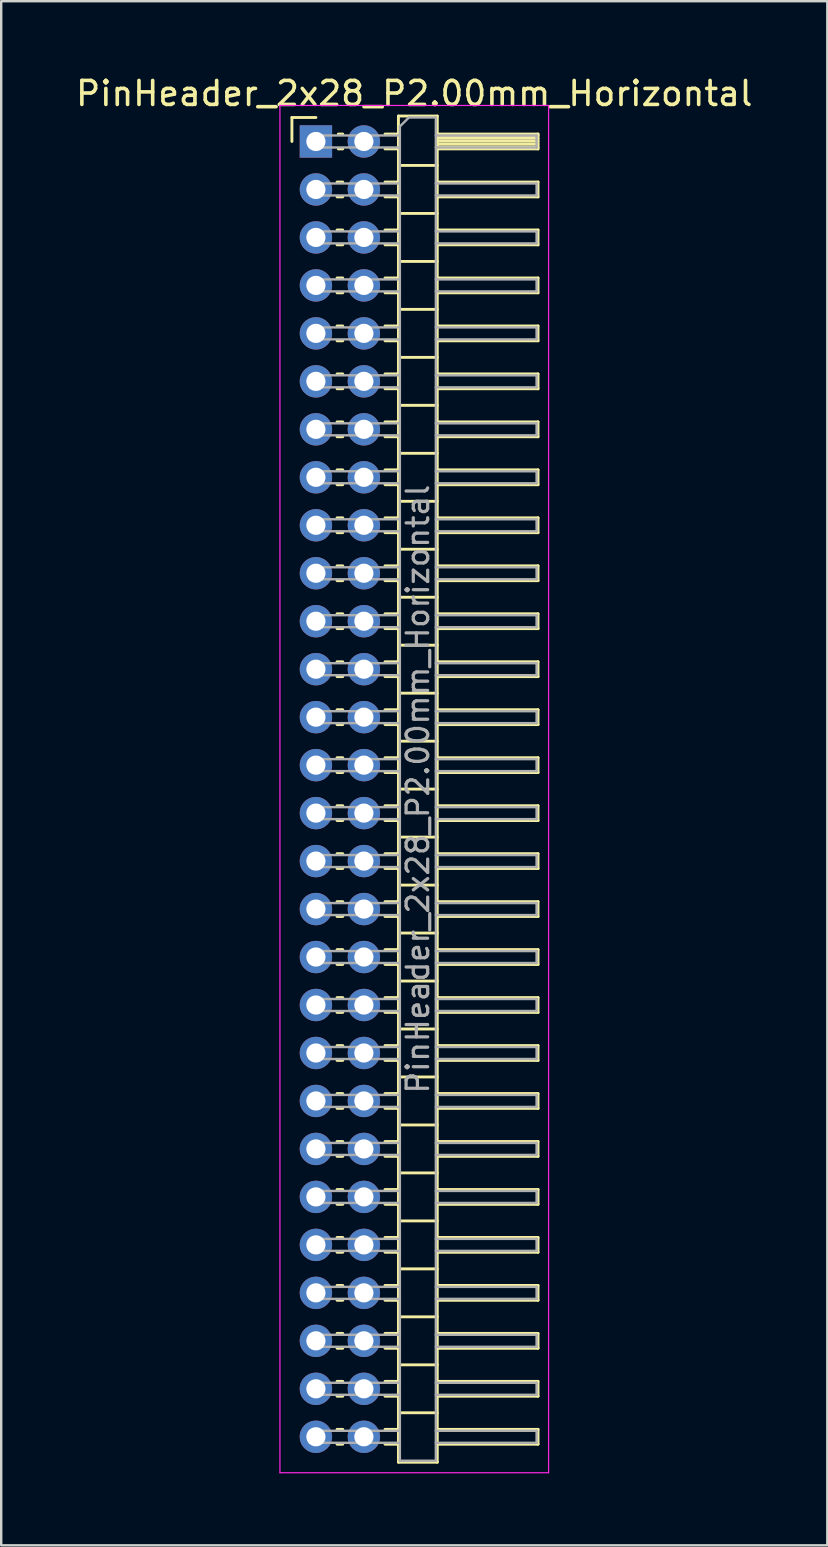
<source format=kicad_pcb>
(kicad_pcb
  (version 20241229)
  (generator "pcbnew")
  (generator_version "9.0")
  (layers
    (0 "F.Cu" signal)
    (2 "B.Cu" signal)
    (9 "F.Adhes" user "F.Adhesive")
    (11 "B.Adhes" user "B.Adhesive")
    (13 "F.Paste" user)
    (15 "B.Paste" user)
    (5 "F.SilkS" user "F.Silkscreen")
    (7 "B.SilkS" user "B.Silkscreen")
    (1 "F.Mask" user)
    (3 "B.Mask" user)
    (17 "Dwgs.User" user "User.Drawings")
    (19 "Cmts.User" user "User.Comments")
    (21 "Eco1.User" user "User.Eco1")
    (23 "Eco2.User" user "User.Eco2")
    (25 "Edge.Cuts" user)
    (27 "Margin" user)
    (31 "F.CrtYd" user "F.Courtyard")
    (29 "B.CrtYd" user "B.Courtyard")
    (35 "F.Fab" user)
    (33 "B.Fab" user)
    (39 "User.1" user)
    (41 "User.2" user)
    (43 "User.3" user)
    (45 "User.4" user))
  (footprint "PinHeader_2x28_P2.00mm_Horizontal"
    (layer "F.Cu")
    (at 10.12 2.848)
    (property "Reference" "PinHeader_2x28_P2.00mm_Horizontal" (at 4.1 -2 0) (layer "F.SilkS") (effects (font (size 1 1) (thickness 0.15))))
    (attr through_hole)
    (fp_line (start -1 -1) (end 0 -1) (stroke (width 0.12) (type solid)) (layer "F.SilkS"))
    (fp_line (start -1 0) (end -1 -1) (stroke (width 0.12) (type solid)) (layer "F.SilkS"))
    (fp_line (start 0.882 1.69) (end 1.118 1.69) (stroke (width 0.12) (type solid)) (layer "F.SilkS"))
    (fp_line (start 0.882 2.31) (end 1.118 2.31) (stroke (width 0.12) (type solid)) (layer "F.SilkS"))
    (fp_line (start 0.882 3.69) (end 1.118 3.69) (stroke (width 0.12) (type solid)) (layer "F.SilkS"))
    (fp_line (start 0.882 4.31) (end 1.118 4.31) (stroke (width 0.12) (type solid)) (layer "F.SilkS"))
    (fp_line (start 0.882 5.69) (end 1.118 5.69) (stroke (width 0.12) (type solid)) (layer "F.SilkS"))
    (fp_line (start 0.882 6.31) (end 1.118 6.31) (stroke (width 0.12) (type solid)) (layer "F.SilkS"))
    (fp_line (start 0.882 7.69) (end 1.118 7.69) (stroke (width 0.12) (type solid)) (layer "F.SilkS"))
    (fp_line (start 0.882 8.31) (end 1.118 8.31) (stroke (width 0.12) (type solid)) (layer "F.SilkS"))
    (fp_line (start 0.882 9.69) (end 1.118 9.69) (stroke (width 0.12) (type solid)) (layer "F.SilkS"))
    (fp_line (start 0.882 10.31) (end 1.118 10.31) (stroke (width 0.12) (type solid)) (layer "F.SilkS"))
    (fp_line (start 0.882 11.69) (end 1.118 11.69) (stroke (width 0.12) (type solid)) (layer "F.SilkS"))
    (fp_line (start 0.882 12.31) (end 1.118 12.31) (stroke (width 0.12) (type solid)) (layer "F.SilkS"))
    (fp_line (start 0.882 13.69) (end 1.118 13.69) (stroke (width 0.12) (type solid)) (layer "F.SilkS"))
    (fp_line (start 0.882 14.31) (end 1.118 14.31) (stroke (width 0.12) (type solid)) (layer "F.SilkS"))
    (fp_line (start 0.882 15.69) (end 1.118 15.69) (stroke (width 0.12) (type solid)) (layer "F.SilkS"))
    (fp_line (start 0.882 16.31) (end 1.118 16.31) (stroke (width 0.12) (type solid)) (layer "F.SilkS"))
    (fp_line (start 0.882 17.69) (end 1.118 17.69) (stroke (width 0.12) (type solid)) (layer "F.SilkS"))
    (fp_line (start 0.882 18.31) (end 1.118 18.31) (stroke (width 0.12) (type solid)) (layer "F.SilkS"))
    (fp_line (start 0.882 19.69) (end 1.118 19.69) (stroke (width 0.12) (type solid)) (layer "F.SilkS"))
    (fp_line (start 0.882 20.31) (end 1.118 20.31) (stroke (width 0.12) (type solid)) (layer "F.SilkS"))
    (fp_line (start 0.882 21.69) (end 1.118 21.69) (stroke (width 0.12) (type solid)) (layer "F.SilkS"))
    (fp_line (start 0.882 22.31) (end 1.118 22.31) (stroke (width 0.12) (type solid)) (layer "F.SilkS"))
    (fp_line (start 0.882 23.69) (end 1.118 23.69) (stroke (width 0.12) (type solid)) (layer "F.SilkS"))
    (fp_line (start 0.882 24.31) (end 1.118 24.31) (stroke (width 0.12) (type solid)) (layer "F.SilkS"))
    (fp_line (start 0.882 25.69) (end 1.118 25.69) (stroke (width 0.12) (type solid)) (layer "F.SilkS"))
    (fp_line (start 0.882 26.31) (end 1.118 26.31) (stroke (width 0.12) (type solid)) (layer "F.SilkS"))
    (fp_line (start 0.882 27.69) (end 1.118 27.69) (stroke (width 0.12) (type solid)) (layer "F.SilkS"))
    (fp_line (start 0.882 28.31) (end 1.118 28.31) (stroke (width 0.12) (type solid)) (layer "F.SilkS"))
    (fp_line (start 0.882 29.69) (end 1.118 29.69) (stroke (width 0.12) (type solid)) (layer "F.SilkS"))
    (fp_line (start 0.882 30.31) (end 1.118 30.31) (stroke (width 0.12) (type solid)) (layer "F.SilkS"))
    (fp_line (start 0.882 31.69) (end 1.118 31.69) (stroke (width 0.12) (type solid)) (layer "F.SilkS"))
    (fp_line (start 0.882 32.31) (end 1.118 32.31) (stroke (width 0.12) (type solid)) (layer "F.SilkS"))
    (fp_line (start 0.882 33.69) (end 1.118 33.69) (stroke (width 0.12) (type solid)) (layer "F.SilkS"))
    (fp_line (start 0.882 34.31) (end 1.118 34.31) (stroke (width 0.12) (type solid)) (layer "F.SilkS"))
    (fp_line (start 0.882 35.69) (end 1.118 35.69) (stroke (width 0.12) (type solid)) (layer "F.SilkS"))
    (fp_line (start 0.882 36.31) (end 1.118 36.31) (stroke (width 0.12) (type solid)) (layer "F.SilkS"))
    (fp_line (start 0.882 37.69) (end 1.118 37.69) (stroke (width 0.12) (type solid)) (layer "F.SilkS"))
    (fp_line (start 0.882 38.31) (end 1.118 38.31) (stroke (width 0.12) (type solid)) (layer "F.SilkS"))
    (fp_line (start 0.882 39.69) (end 1.118 39.69) (stroke (width 0.12) (type solid)) (layer "F.SilkS"))
    (fp_line (start 0.882 40.31) (end 1.118 40.31) (stroke (width 0.12) (type solid)) (layer "F.SilkS"))
    (fp_line (start 0.882 41.69) (end 1.118 41.69) (stroke (width 0.12) (type solid)) (layer "F.SilkS"))
    (fp_line (start 0.882 42.31) (end 1.118 42.31) (stroke (width 0.12) (type solid)) (layer "F.SilkS"))
    (fp_line (start 0.882 43.69) (end 1.118 43.69) (stroke (width 0.12) (type solid)) (layer "F.SilkS"))
    (fp_line (start 0.882 44.31) (end 1.118 44.31) (stroke (width 0.12) (type solid)) (layer "F.SilkS"))
    (fp_line (start 0.882 45.69) (end 1.118 45.69) (stroke (width 0.12) (type solid)) (layer "F.SilkS"))
    (fp_line (start 0.882 46.31) (end 1.118 46.31) (stroke (width 0.12) (type solid)) (layer "F.SilkS"))
    (fp_line (start 0.882 47.69) (end 1.118 47.69) (stroke (width 0.12) (type solid)) (layer "F.SilkS"))
    (fp_line (start 0.882 48.31) (end 1.118 48.31) (stroke (width 0.12) (type solid)) (layer "F.SilkS"))
    (fp_line (start 0.882 49.69) (end 1.118 49.69) (stroke (width 0.12) (type solid)) (layer "F.SilkS"))
    (fp_line (start 0.882 50.31) (end 1.118 50.31) (stroke (width 0.12) (type solid)) (layer "F.SilkS"))
    (fp_line (start 0.882 51.69) (end 1.118 51.69) (stroke (width 0.12) (type solid)) (layer "F.SilkS"))
    (fp_line (start 0.882 52.31) (end 1.118 52.31) (stroke (width 0.12) (type solid)) (layer "F.SilkS"))
    (fp_line (start 0.882 53.69) (end 1.118 53.69) (stroke (width 0.12) (type solid)) (layer "F.SilkS"))
    (fp_line (start 0.882 54.31) (end 1.118 54.31) (stroke (width 0.12) (type solid)) (layer "F.SilkS"))
    (fp_line (start 0.935 -0.31) (end 1.118 -0.31) (stroke (width 0.12) (type solid)) (layer "F.SilkS"))
    (fp_line (start 0.935 0.31) (end 1.118 0.31) (stroke (width 0.12) (type solid)) (layer "F.SilkS"))
    (fp_line (start 2.882 -0.31) (end 3.44 -0.31) (stroke (width 0.12) (type solid)) (layer "F.SilkS"))
    (fp_line (start 2.882 0.31) (end 3.44 0.31) (stroke (width 0.12) (type solid)) (layer "F.SilkS"))
    (fp_line (start 2.882 1.69) (end 3.44 1.69) (stroke (width 0.12) (type solid)) (layer "F.SilkS"))
    (fp_line (start 2.882 2.31) (end 3.44 2.31) (stroke (width 0.12) (type solid)) (layer "F.SilkS"))
    (fp_line (start 2.882 3.69) (end 3.44 3.69) (stroke (width 0.12) (type solid)) (layer "F.SilkS"))
    (fp_line (start 2.882 4.31) (end 3.44 4.31) (stroke (width 0.12) (type solid)) (layer "F.SilkS"))
    (fp_line (start 2.882 5.69) (end 3.44 5.69) (stroke (width 0.12) (type solid)) (layer "F.SilkS"))
    (fp_line (start 2.882 6.31) (end 3.44 6.31) (stroke (width 0.12) (type solid)) (layer "F.SilkS"))
    (fp_line (start 2.882 7.69) (end 3.44 7.69) (stroke (width 0.12) (type solid)) (layer "F.SilkS"))
    (fp_line (start 2.882 8.31) (end 3.44 8.31) (stroke (width 0.12) (type solid)) (layer "F.SilkS"))
    (fp_line (start 2.882 9.69) (end 3.44 9.69) (stroke (width 0.12) (type solid)) (layer "F.SilkS"))
    (fp_line (start 2.882 10.31) (end 3.44 10.31) (stroke (width 0.12) (type solid)) (layer "F.SilkS"))
    (fp_line (start 2.882 11.69) (end 3.44 11.69) (stroke (width 0.12) (type solid)) (layer "F.SilkS"))
    (fp_line (start 2.882 12.31) (end 3.44 12.31) (stroke (width 0.12) (type solid)) (layer "F.SilkS"))
    (fp_line (start 2.882 13.69) (end 3.44 13.69) (stroke (width 0.12) (type solid)) (layer "F.SilkS"))
    (fp_line (start 2.882 14.31) (end 3.44 14.31) (stroke (width 0.12) (type solid)) (layer "F.SilkS"))
    (fp_line (start 2.882 15.69) (end 3.44 15.69) (stroke (width 0.12) (type solid)) (layer "F.SilkS"))
    (fp_line (start 2.882 16.31) (end 3.44 16.31) (stroke (width 0.12) (type solid)) (layer "F.SilkS"))
    (fp_line (start 2.882 17.69) (end 3.44 17.69) (stroke (width 0.12) (type solid)) (layer "F.SilkS"))
    (fp_line (start 2.882 18.31) (end 3.44 18.31) (stroke (width 0.12) (type solid)) (layer "F.SilkS"))
    (fp_line (start 2.882 19.69) (end 3.44 19.69) (stroke (width 0.12) (type solid)) (layer "F.SilkS"))
    (fp_line (start 2.882 20.31) (end 3.44 20.31) (stroke (width 0.12) (type solid)) (layer "F.SilkS"))
    (fp_line (start 2.882 21.69) (end 3.44 21.69) (stroke (width 0.12) (type solid)) (layer "F.SilkS"))
    (fp_line (start 2.882 22.31) (end 3.44 22.31) (stroke (width 0.12) (type solid)) (layer "F.SilkS"))
    (fp_line (start 2.882 23.69) (end 3.44 23.69) (stroke (width 0.12) (type solid)) (layer "F.SilkS"))
    (fp_line (start 2.882 24.31) (end 3.44 24.31) (stroke (width 0.12) (type solid)) (layer "F.SilkS"))
    (fp_line (start 2.882 25.69) (end 3.44 25.69) (stroke (width 0.12) (type solid)) (layer "F.SilkS"))
    (fp_line (start 2.882 26.31) (end 3.44 26.31) (stroke (width 0.12) (type solid)) (layer "F.SilkS"))
    (fp_line (start 2.882 27.69) (end 3.44 27.69) (stroke (width 0.12) (type solid)) (layer "F.SilkS"))
    (fp_line (start 2.882 28.31) (end 3.44 28.31) (stroke (width 0.12) (type solid)) (layer "F.SilkS"))
    (fp_line (start 2.882 29.69) (end 3.44 29.69) (stroke (width 0.12) (type solid)) (layer "F.SilkS"))
    (fp_line (start 2.882 30.31) (end 3.44 30.31) (stroke (width 0.12) (type solid)) (layer "F.SilkS"))
    (fp_line (start 2.882 31.69) (end 3.44 31.69) (stroke (width 0.12) (type solid)) (layer "F.SilkS"))
    (fp_line (start 2.882 32.31) (end 3.44 32.31) (stroke (width 0.12) (type solid)) (layer "F.SilkS"))
    (fp_line (start 2.882 33.69) (end 3.44 33.69) (stroke (width 0.12) (type solid)) (layer "F.SilkS"))
    (fp_line (start 2.882 34.31) (end 3.44 34.31) (stroke (width 0.12) (type solid)) (layer "F.SilkS"))
    (fp_line (start 2.882 35.69) (end 3.44 35.69) (stroke (width 0.12) (type solid)) (layer "F.SilkS"))
    (fp_line (start 2.882 36.31) (end 3.44 36.31) (stroke (width 0.12) (type solid)) (layer "F.SilkS"))
    (fp_line (start 2.882 37.69) (end 3.44 37.69) (stroke (width 0.12) (type solid)) (layer "F.SilkS"))
    (fp_line (start 2.882 38.31) (end 3.44 38.31) (stroke (width 0.12) (type solid)) (layer "F.SilkS"))
    (fp_line (start 2.882 39.69) (end 3.44 39.69) (stroke (width 0.12) (type solid)) (layer "F.SilkS"))
    (fp_line (start 2.882 40.31) (end 3.44 40.31) (stroke (width 0.12) (type solid)) (layer "F.SilkS"))
    (fp_line (start 2.882 41.69) (end 3.44 41.69) (stroke (width 0.12) (type solid)) (layer "F.SilkS"))
    (fp_line (start 2.882 42.31) (end 3.44 42.31) (stroke (width 0.12) (type solid)) (layer "F.SilkS"))
    (fp_line (start 2.882 43.69) (end 3.44 43.69) (stroke (width 0.12) (type solid)) (layer "F.SilkS"))
    (fp_line (start 2.882 44.31) (end 3.44 44.31) (stroke (width 0.12) (type solid)) (layer "F.SilkS"))
    (fp_line (start 2.882 45.69) (end 3.44 45.69) (stroke (width 0.12) (type solid)) (layer "F.SilkS"))
    (fp_line (start 2.882 46.31) (end 3.44 46.31) (stroke (width 0.12) (type solid)) (layer "F.SilkS"))
    (fp_line (start 2.882 47.69) (end 3.44 47.69) (stroke (width 0.12) (type solid)) (layer "F.SilkS"))
    (fp_line (start 2.882 48.31) (end 3.44 48.31) (stroke (width 0.12) (type solid)) (layer "F.SilkS"))
    (fp_line (start 2.882 49.69) (end 3.44 49.69) (stroke (width 0.12) (type solid)) (layer "F.SilkS"))
    (fp_line (start 2.882 50.31) (end 3.44 50.31) (stroke (width 0.12) (type solid)) (layer "F.SilkS"))
    (fp_line (start 2.882 51.69) (end 3.44 51.69) (stroke (width 0.12) (type solid)) (layer "F.SilkS"))
    (fp_line (start 2.882 52.31) (end 3.44 52.31) (stroke (width 0.12) (type solid)) (layer "F.SilkS"))
    (fp_line (start 2.882 53.69) (end 3.44 53.69) (stroke (width 0.12) (type solid)) (layer "F.SilkS"))
    (fp_line (start 2.882 54.31) (end 3.44 54.31) (stroke (width 0.12) (type solid)) (layer "F.SilkS"))
    (fp_line (start 3.44 -1.06) (end 3.44 55.06) (stroke (width 0.12) (type solid)) (layer "F.SilkS"))
    (fp_line (start 3.44 1) (end 5.06 1) (stroke (width 0.12) (type solid)) (layer "F.SilkS"))
    (fp_line (start 3.44 3) (end 5.06 3) (stroke (width 0.12) (type solid)) (layer "F.SilkS"))
    (fp_line (start 3.44 5) (end 5.06 5) (stroke (width 0.12) (type solid)) (layer "F.SilkS"))
    (fp_line (start 3.44 7) (end 5.06 7) (stroke (width 0.12) (type solid)) (layer "F.SilkS"))
    (fp_line (start 3.44 9) (end 5.06 9) (stroke (width 0.12) (type solid)) (layer "F.SilkS"))
    (fp_line (start 3.44 11) (end 5.06 11) (stroke (width 0.12) (type solid)) (layer "F.SilkS"))
    (fp_line (start 3.44 13) (end 5.06 13) (stroke (width 0.12) (type solid)) (layer "F.SilkS"))
    (fp_line (start 3.44 15) (end 5.06 15) (stroke (width 0.12) (type solid)) (layer "F.SilkS"))
    (fp_line (start 3.44 17) (end 5.06 17) (stroke (width 0.12) (type solid)) (layer "F.SilkS"))
    (fp_line (start 3.44 19) (end 5.06 19) (stroke (width 0.12) (type solid)) (layer "F.SilkS"))
    (fp_line (start 3.44 21) (end 5.06 21) (stroke (width 0.12) (type solid)) (layer "F.SilkS"))
    (fp_line (start 3.44 23) (end 5.06 23) (stroke (width 0.12) (type solid)) (layer "F.SilkS"))
    (fp_line (start 3.44 25) (end 5.06 25) (stroke (width 0.12) (type solid)) (layer "F.SilkS"))
    (fp_line (start 3.44 27) (end 5.06 27) (stroke (width 0.12) (type solid)) (layer "F.SilkS"))
    (fp_line (start 3.44 29) (end 5.06 29) (stroke (width 0.12) (type solid)) (layer "F.SilkS"))
    (fp_line (start 3.44 31) (end 5.06 31) (stroke (width 0.12) (type solid)) (layer "F.SilkS"))
    (fp_line (start 3.44 33) (end 5.06 33) (stroke (width 0.12) (type solid)) (layer "F.SilkS"))
    (fp_line (start 3.44 35) (end 5.06 35) (stroke (width 0.12) (type solid)) (layer "F.SilkS"))
    (fp_line (start 3.44 37) (end 5.06 37) (stroke (width 0.12) (type solid)) (layer "F.SilkS"))
    (fp_line (start 3.44 39) (end 5.06 39) (stroke (width 0.12) (type solid)) (layer "F.SilkS"))
    (fp_line (start 3.44 41) (end 5.06 41) (stroke (width 0.12) (type solid)) (layer "F.SilkS"))
    (fp_line (start 3.44 43) (end 5.06 43) (stroke (width 0.12) (type solid)) (layer "F.SilkS"))
    (fp_line (start 3.44 45) (end 5.06 45) (stroke (width 0.12) (type solid)) (layer "F.SilkS"))
    (fp_line (start 3.44 47) (end 5.06 47) (stroke (width 0.12) (type solid)) (layer "F.SilkS"))
    (fp_line (start 3.44 49) (end 5.06 49) (stroke (width 0.12) (type solid)) (layer "F.SilkS"))
    (fp_line (start 3.44 51) (end 5.06 51) (stroke (width 0.12) (type solid)) (layer "F.SilkS"))
    (fp_line (start 3.44 53) (end 5.06 53) (stroke (width 0.12) (type solid)) (layer "F.SilkS"))
    (fp_line (start 3.44 55.06) (end 5.06 55.06) (stroke (width 0.12) (type solid)) (layer "F.SilkS"))
    (fp_line (start 5.06 -1.06) (end 3.44 -1.06) (stroke (width 0.12) (type solid)) (layer "F.SilkS"))
    (fp_line (start 5.06 -0.31) (end 9.26 -0.31) (stroke (width 0.12) (type solid)) (layer "F.SilkS"))
    (fp_line (start 5.06 -0.25) (end 9.26 -0.25) (stroke (width 0.12) (type solid)) (layer "F.SilkS"))
    (fp_line (start 5.06 -0.13) (end 9.26 -0.13) (stroke (width 0.12) (type solid)) (layer "F.SilkS"))
    (fp_line (start 5.06 -0.01) (end 9.26 -0.01) (stroke (width 0.12) (type solid)) (layer "F.SilkS"))
    (fp_line (start 5.06 0.11) (end 9.26 0.11) (stroke (width 0.12) (type solid)) (layer "F.SilkS"))
    (fp_line (start 5.06 0.23) (end 9.26 0.23) (stroke (width 0.12) (type solid)) (layer "F.SilkS"))
    (fp_line (start 5.06 1.69) (end 9.26 1.69) (stroke (width 0.12) (type solid)) (layer "F.SilkS"))
    (fp_line (start 5.06 3.69) (end 9.26 3.69) (stroke (width 0.12) (type solid)) (layer "F.SilkS"))
    (fp_line (start 5.06 5.69) (end 9.26 5.69) (stroke (width 0.12) (type solid)) (layer "F.SilkS"))
    (fp_line (start 5.06 7.69) (end 9.26 7.69) (stroke (width 0.12) (type solid)) (layer "F.SilkS"))
    (fp_line (start 5.06 9.69) (end 9.26 9.69) (stroke (width 0.12) (type solid)) (layer "F.SilkS"))
    (fp_line (start 5.06 11.69) (end 9.26 11.69) (stroke (width 0.12) (type solid)) (layer "F.SilkS"))
    (fp_line (start 5.06 13.69) (end 9.26 13.69) (stroke (width 0.12) (type solid)) (layer "F.SilkS"))
    (fp_line (start 5.06 15.69) (end 9.26 15.69) (stroke (width 0.12) (type solid)) (layer "F.SilkS"))
    (fp_line (start 5.06 17.69) (end 9.26 17.69) (stroke (width 0.12) (type solid)) (layer "F.SilkS"))
    (fp_line (start 5.06 19.69) (end 9.26 19.69) (stroke (width 0.12) (type solid)) (layer "F.SilkS"))
    (fp_line (start 5.06 21.69) (end 9.26 21.69) (stroke (width 0.12) (type solid)) (layer "F.SilkS"))
    (fp_line (start 5.06 23.69) (end 9.26 23.69) (stroke (width 0.12) (type solid)) (layer "F.SilkS"))
    (fp_line (start 5.06 25.69) (end 9.26 25.69) (stroke (width 0.12) (type solid)) (layer "F.SilkS"))
    (fp_line (start 5.06 27.69) (end 9.26 27.69) (stroke (width 0.12) (type solid)) (layer "F.SilkS"))
    (fp_line (start 5.06 29.69) (end 9.26 29.69) (stroke (width 0.12) (type solid)) (layer "F.SilkS"))
    (fp_line (start 5.06 31.69) (end 9.26 31.69) (stroke (width 0.12) (type solid)) (layer "F.SilkS"))
    (fp_line (start 5.06 33.69) (end 9.26 33.69) (stroke (width 0.12) (type solid)) (layer "F.SilkS"))
    (fp_line (start 5.06 35.69) (end 9.26 35.69) (stroke (width 0.12) (type solid)) (layer "F.SilkS"))
    (fp_line (start 5.06 37.69) (end 9.26 37.69) (stroke (width 0.12) (type solid)) (layer "F.SilkS"))
    (fp_line (start 5.06 39.69) (end 9.26 39.69) (stroke (width 0.12) (type solid)) (layer "F.SilkS"))
    (fp_line (start 5.06 41.69) (end 9.26 41.69) (stroke (width 0.12) (type solid)) (layer "F.SilkS"))
    (fp_line (start 5.06 43.69) (end 9.26 43.69) (stroke (width 0.12) (type solid)) (layer "F.SilkS"))
    (fp_line (start 5.06 45.69) (end 9.26 45.69) (stroke (width 0.12) (type solid)) (layer "F.SilkS"))
    (fp_line (start 5.06 47.69) (end 9.26 47.69) (stroke (width 0.12) (type solid)) (layer "F.SilkS"))
    (fp_line (start 5.06 49.69) (end 9.26 49.69) (stroke (width 0.12) (type solid)) (layer "F.SilkS"))
    (fp_line (start 5.06 51.69) (end 9.26 51.69) (stroke (width 0.12) (type solid)) (layer "F.SilkS"))
    (fp_line (start 5.06 53.69) (end 9.26 53.69) (stroke (width 0.12) (type solid)) (layer "F.SilkS"))
    (fp_line (start 5.06 55.06) (end 5.06 -1.06) (stroke (width 0.12) (type solid)) (layer "F.SilkS"))
    (fp_line (start 9.26 -0.31) (end 9.26 0.31) (stroke (width 0.12) (type solid)) (layer "F.SilkS"))
    (fp_line (start 9.26 0.31) (end 5.06 0.31) (stroke (width 0.12) (type solid)) (layer "F.SilkS"))
    (fp_line (start 9.26 1.69) (end 9.26 2.31) (stroke (width 0.12) (type solid)) (layer "F.SilkS"))
    (fp_line (start 9.26 2.31) (end 5.06 2.31) (stroke (width 0.12) (type solid)) (layer "F.SilkS"))
    (fp_line (start 9.26 3.69) (end 9.26 4.31) (stroke (width 0.12) (type solid)) (layer "F.SilkS"))
    (fp_line (start 9.26 4.31) (end 5.06 4.31) (stroke (width 0.12) (type solid)) (layer "F.SilkS"))
    (fp_line (start 9.26 5.69) (end 9.26 6.31) (stroke (width 0.12) (type solid)) (layer "F.SilkS"))
    (fp_line (start 9.26 6.31) (end 5.06 6.31) (stroke (width 0.12) (type solid)) (layer "F.SilkS"))
    (fp_line (start 9.26 7.69) (end 9.26 8.31) (stroke (width 0.12) (type solid)) (layer "F.SilkS"))
    (fp_line (start 9.26 8.31) (end 5.06 8.31) (stroke (width 0.12) (type solid)) (layer "F.SilkS"))
    (fp_line (start 9.26 9.69) (end 9.26 10.31) (stroke (width 0.12) (type solid)) (layer "F.SilkS"))
    (fp_line (start 9.26 10.31) (end 5.06 10.31) (stroke (width 0.12) (type solid)) (layer "F.SilkS"))
    (fp_line (start 9.26 11.69) (end 9.26 12.31) (stroke (width 0.12) (type solid)) (layer "F.SilkS"))
    (fp_line (start 9.26 12.31) (end 5.06 12.31) (stroke (width 0.12) (type solid)) (layer "F.SilkS"))
    (fp_line (start 9.26 13.69) (end 9.26 14.31) (stroke (width 0.12) (type solid)) (layer "F.SilkS"))
    (fp_line (start 9.26 14.31) (end 5.06 14.31) (stroke (width 0.12) (type solid)) (layer "F.SilkS"))
    (fp_line (start 9.26 15.69) (end 9.26 16.31) (stroke (width 0.12) (type solid)) (layer "F.SilkS"))
    (fp_line (start 9.26 16.31) (end 5.06 16.31) (stroke (width 0.12) (type solid)) (layer "F.SilkS"))
    (fp_line (start 9.26 17.69) (end 9.26 18.31) (stroke (width 0.12) (type solid)) (layer "F.SilkS"))
    (fp_line (start 9.26 18.31) (end 5.06 18.31) (stroke (width 0.12) (type solid)) (layer "F.SilkS"))
    (fp_line (start 9.26 19.69) (end 9.26 20.31) (stroke (width 0.12) (type solid)) (layer "F.SilkS"))
    (fp_line (start 9.26 20.31) (end 5.06 20.31) (stroke (width 0.12) (type solid)) (layer "F.SilkS"))
    (fp_line (start 9.26 21.69) (end 9.26 22.31) (stroke (width 0.12) (type solid)) (layer "F.SilkS"))
    (fp_line (start 9.26 22.31) (end 5.06 22.31) (stroke (width 0.12) (type solid)) (layer "F.SilkS"))
    (fp_line (start 9.26 23.69) (end 9.26 24.31) (stroke (width 0.12) (type solid)) (layer "F.SilkS"))
    (fp_line (start 9.26 24.31) (end 5.06 24.31) (stroke (width 0.12) (type solid)) (layer "F.SilkS"))
    (fp_line (start 9.26 25.69) (end 9.26 26.31) (stroke (width 0.12) (type solid)) (layer "F.SilkS"))
    (fp_line (start 9.26 26.31) (end 5.06 26.31) (stroke (width 0.12) (type solid)) (layer "F.SilkS"))
    (fp_line (start 9.26 27.69) (end 9.26 28.31) (stroke (width 0.12) (type solid)) (layer "F.SilkS"))
    (fp_line (start 9.26 28.31) (end 5.06 28.31) (stroke (width 0.12) (type solid)) (layer "F.SilkS"))
    (fp_line (start 9.26 29.69) (end 9.26 30.31) (stroke (width 0.12) (type solid)) (layer "F.SilkS"))
    (fp_line (start 9.26 30.31) (end 5.06 30.31) (stroke (width 0.12) (type solid)) (layer "F.SilkS"))
    (fp_line (start 9.26 31.69) (end 9.26 32.31) (stroke (width 0.12) (type solid)) (layer "F.SilkS"))
    (fp_line (start 9.26 32.31) (end 5.06 32.31) (stroke (width 0.12) (type solid)) (layer "F.SilkS"))
    (fp_line (start 9.26 33.69) (end 9.26 34.31) (stroke (width 0.12) (type solid)) (layer "F.SilkS"))
    (fp_line (start 9.26 34.31) (end 5.06 34.31) (stroke (width 0.12) (type solid)) (layer "F.SilkS"))
    (fp_line (start 9.26 35.69) (end 9.26 36.31) (stroke (width 0.12) (type solid)) (layer "F.SilkS"))
    (fp_line (start 9.26 36.31) (end 5.06 36.31) (stroke (width 0.12) (type solid)) (layer "F.SilkS"))
    (fp_line (start 9.26 37.69) (end 9.26 38.31) (stroke (width 0.12) (type solid)) (layer "F.SilkS"))
    (fp_line (start 9.26 38.31) (end 5.06 38.31) (stroke (width 0.12) (type solid)) (layer "F.SilkS"))
    (fp_line (start 9.26 39.69) (end 9.26 40.31) (stroke (width 0.12) (type solid)) (layer "F.SilkS"))
    (fp_line (start 9.26 40.31) (end 5.06 40.31) (stroke (width 0.12) (type solid)) (layer "F.SilkS"))
    (fp_line (start 9.26 41.69) (end 9.26 42.31) (stroke (width 0.12) (type solid)) (layer "F.SilkS"))
    (fp_line (start 9.26 42.31) (end 5.06 42.31) (stroke (width 0.12) (type solid)) (layer "F.SilkS"))
    (fp_line (start 9.26 43.69) (end 9.26 44.31) (stroke (width 0.12) (type solid)) (layer "F.SilkS"))
    (fp_line (start 9.26 44.31) (end 5.06 44.31) (stroke (width 0.12) (type solid)) (layer "F.SilkS"))
    (fp_line (start 9.26 45.69) (end 9.26 46.31) (stroke (width 0.12) (type solid)) (layer "F.SilkS"))
    (fp_line (start 9.26 46.31) (end 5.06 46.31) (stroke (width 0.12) (type solid)) (layer "F.SilkS"))
    (fp_line (start 9.26 47.69) (end 9.26 48.31) (stroke (width 0.12) (type solid)) (layer "F.SilkS"))
    (fp_line (start 9.26 48.31) (end 5.06 48.31) (stroke (width 0.12) (type solid)) (layer "F.SilkS"))
    (fp_line (start 9.26 49.69) (end 9.26 50.31) (stroke (width 0.12) (type solid)) (layer "F.SilkS"))
    (fp_line (start 9.26 50.31) (end 5.06 50.31) (stroke (width 0.12) (type solid)) (layer "F.SilkS"))
    (fp_line (start 9.26 51.69) (end 9.26 52.31) (stroke (width 0.12) (type solid)) (layer "F.SilkS"))
    (fp_line (start 9.26 52.31) (end 5.06 52.31) (stroke (width 0.12) (type solid)) (layer "F.SilkS"))
    (fp_line (start 9.26 53.69) (end 9.26 54.31) (stroke (width 0.12) (type solid)) (layer "F.SilkS"))
    (fp_line (start 9.26 54.31) (end 5.06 54.31) (stroke (width 0.12) (type solid)) (layer "F.SilkS"))
    (fp_line (start -1.5 -1.5) (end -1.5 55.5) (stroke (width 0.05) (type solid)) (layer "F.CrtYd"))
    (fp_line (start -1.5 55.5) (end 9.7 55.5) (stroke (width 0.05) (type solid)) (layer "F.CrtYd"))
    (fp_line (start 9.7 -1.5) (end -1.5 -1.5) (stroke (width 0.05) (type solid)) (layer "F.CrtYd"))
    (fp_line (start 9.7 55.5) (end 9.7 -1.5) (stroke (width 0.05) (type solid)) (layer "F.CrtYd"))
    (fp_line (start -0.25 -0.25) (end -0.25 0.25) (stroke (width 0.1) (type solid)) (layer "F.Fab"))
    (fp_line (start -0.25 -0.25) (end 3.5 -0.25) (stroke (width 0.1) (type solid)) (layer "F.Fab"))
    (fp_line (start -0.25 0.25) (end 3.5 0.25) (stroke (width 0.1) (type solid)) (layer "F.Fab"))
    (fp_line (start -0.25 1.75) (end -0.25 2.25) (stroke (width 0.1) (type solid)) (layer "F.Fab"))
    (fp_line (start -0.25 1.75) (end 3.5 1.75) (stroke (width 0.1) (type solid)) (layer "F.Fab"))
    (fp_line (start -0.25 2.25) (end 3.5 2.25) (stroke (width 0.1) (type solid)) (layer "F.Fab"))
    (fp_line (start -0.25 3.75) (end -0.25 4.25) (stroke (width 0.1) (type solid)) (layer "F.Fab"))
    (fp_line (start -0.25 3.75) (end 3.5 3.75) (stroke (width 0.1) (type solid)) (layer "F.Fab"))
    (fp_line (start -0.25 4.25) (end 3.5 4.25) (stroke (width 0.1) (type solid)) (layer "F.Fab"))
    (fp_line (start -0.25 5.75) (end -0.25 6.25) (stroke (width 0.1) (type solid)) (layer "F.Fab"))
    (fp_line (start -0.25 5.75) (end 3.5 5.75) (stroke (width 0.1) (type solid)) (layer "F.Fab"))
    (fp_line (start -0.25 6.25) (end 3.5 6.25) (stroke (width 0.1) (type solid)) (layer "F.Fab"))
    (fp_line (start -0.25 7.75) (end -0.25 8.25) (stroke (width 0.1) (type solid)) (layer "F.Fab"))
    (fp_line (start -0.25 7.75) (end 3.5 7.75) (stroke (width 0.1) (type solid)) (layer "F.Fab"))
    (fp_line (start -0.25 8.25) (end 3.5 8.25) (stroke (width 0.1) (type solid)) (layer "F.Fab"))
    (fp_line (start -0.25 9.75) (end -0.25 10.25) (stroke (width 0.1) (type solid)) (layer "F.Fab"))
    (fp_line (start -0.25 9.75) (end 3.5 9.75) (stroke (width 0.1) (type solid)) (layer "F.Fab"))
    (fp_line (start -0.25 10.25) (end 3.5 10.25) (stroke (width 0.1) (type solid)) (layer "F.Fab"))
    (fp_line (start -0.25 11.75) (end -0.25 12.25) (stroke (width 0.1) (type solid)) (layer "F.Fab"))
    (fp_line (start -0.25 11.75) (end 3.5 11.75) (stroke (width 0.1) (type solid)) (layer "F.Fab"))
    (fp_line (start -0.25 12.25) (end 3.5 12.25) (stroke (width 0.1) (type solid)) (layer "F.Fab"))
    (fp_line (start -0.25 13.75) (end -0.25 14.25) (stroke (width 0.1) (type solid)) (layer "F.Fab"))
    (fp_line (start -0.25 13.75) (end 3.5 13.75) (stroke (width 0.1) (type solid)) (layer "F.Fab"))
    (fp_line (start -0.25 14.25) (end 3.5 14.25) (stroke (width 0.1) (type solid)) (layer "F.Fab"))
    (fp_line (start -0.25 15.75) (end -0.25 16.25) (stroke (width 0.1) (type solid)) (layer "F.Fab"))
    (fp_line (start -0.25 15.75) (end 3.5 15.75) (stroke (width 0.1) (type solid)) (layer "F.Fab"))
    (fp_line (start -0.25 16.25) (end 3.5 16.25) (stroke (width 0.1) (type solid)) (layer "F.Fab"))
    (fp_line (start -0.25 17.75) (end -0.25 18.25) (stroke (width 0.1) (type solid)) (layer "F.Fab"))
    (fp_line (start -0.25 17.75) (end 3.5 17.75) (stroke (width 0.1) (type solid)) (layer "F.Fab"))
    (fp_line (start -0.25 18.25) (end 3.5 18.25) (stroke (width 0.1) (type solid)) (layer "F.Fab"))
    (fp_line (start -0.25 19.75) (end -0.25 20.25) (stroke (width 0.1) (type solid)) (layer "F.Fab"))
    (fp_line (start -0.25 19.75) (end 3.5 19.75) (stroke (width 0.1) (type solid)) (layer "F.Fab"))
    (fp_line (start -0.25 20.25) (end 3.5 20.25) (stroke (width 0.1) (type solid)) (layer "F.Fab"))
    (fp_line (start -0.25 21.75) (end -0.25 22.25) (stroke (width 0.1) (type solid)) (layer "F.Fab"))
    (fp_line (start -0.25 21.75) (end 3.5 21.75) (stroke (width 0.1) (type solid)) (layer "F.Fab"))
    (fp_line (start -0.25 22.25) (end 3.5 22.25) (stroke (width 0.1) (type solid)) (layer "F.Fab"))
    (fp_line (start -0.25 23.75) (end -0.25 24.25) (stroke (width 0.1) (type solid)) (layer "F.Fab"))
    (fp_line (start -0.25 23.75) (end 3.5 23.75) (stroke (width 0.1) (type solid)) (layer "F.Fab"))
    (fp_line (start -0.25 24.25) (end 3.5 24.25) (stroke (width 0.1) (type solid)) (layer "F.Fab"))
    (fp_line (start -0.25 25.75) (end -0.25 26.25) (stroke (width 0.1) (type solid)) (layer "F.Fab"))
    (fp_line (start -0.25 25.75) (end 3.5 25.75) (stroke (width 0.1) (type solid)) (layer "F.Fab"))
    (fp_line (start -0.25 26.25) (end 3.5 26.25) (stroke (width 0.1) (type solid)) (layer "F.Fab"))
    (fp_line (start -0.25 27.75) (end -0.25 28.25) (stroke (width 0.1) (type solid)) (layer "F.Fab"))
    (fp_line (start -0.25 27.75) (end 3.5 27.75) (stroke (width 0.1) (type solid)) (layer "F.Fab"))
    (fp_line (start -0.25 28.25) (end 3.5 28.25) (stroke (width 0.1) (type solid)) (layer "F.Fab"))
    (fp_line (start -0.25 29.75) (end -0.25 30.25) (stroke (width 0.1) (type solid)) (layer "F.Fab"))
    (fp_line (start -0.25 29.75) (end 3.5 29.75) (stroke (width 0.1) (type solid)) (layer "F.Fab"))
    (fp_line (start -0.25 30.25) (end 3.5 30.25) (stroke (width 0.1) (type solid)) (layer "F.Fab"))
    (fp_line (start -0.25 31.75) (end -0.25 32.25) (stroke (width 0.1) (type solid)) (layer "F.Fab"))
    (fp_line (start -0.25 31.75) (end 3.5 31.75) (stroke (width 0.1) (type solid)) (layer "F.Fab"))
    (fp_line (start -0.25 32.25) (end 3.5 32.25) (stroke (width 0.1) (type solid)) (layer "F.Fab"))
    (fp_line (start -0.25 33.75) (end -0.25 34.25) (stroke (width 0.1) (type solid)) (layer "F.Fab"))
    (fp_line (start -0.25 33.75) (end 3.5 33.75) (stroke (width 0.1) (type solid)) (layer "F.Fab"))
    (fp_line (start -0.25 34.25) (end 3.5 34.25) (stroke (width 0.1) (type solid)) (layer "F.Fab"))
    (fp_line (start -0.25 35.75) (end -0.25 36.25) (stroke (width 0.1) (type solid)) (layer "F.Fab"))
    (fp_line (start -0.25 35.75) (end 3.5 35.75) (stroke (width 0.1) (type solid)) (layer "F.Fab"))
    (fp_line (start -0.25 36.25) (end 3.5 36.25) (stroke (width 0.1) (type solid)) (layer "F.Fab"))
    (fp_line (start -0.25 37.75) (end -0.25 38.25) (stroke (width 0.1) (type solid)) (layer "F.Fab"))
    (fp_line (start -0.25 37.75) (end 3.5 37.75) (stroke (width 0.1) (type solid)) (layer "F.Fab"))
    (fp_line (start -0.25 38.25) (end 3.5 38.25) (stroke (width 0.1) (type solid)) (layer "F.Fab"))
    (fp_line (start -0.25 39.75) (end -0.25 40.25) (stroke (width 0.1) (type solid)) (layer "F.Fab"))
    (fp_line (start -0.25 39.75) (end 3.5 39.75) (stroke (width 0.1) (type solid)) (layer "F.Fab"))
    (fp_line (start -0.25 40.25) (end 3.5 40.25) (stroke (width 0.1) (type solid)) (layer "F.Fab"))
    (fp_line (start -0.25 41.75) (end -0.25 42.25) (stroke (width 0.1) (type solid)) (layer "F.Fab"))
    (fp_line (start -0.25 41.75) (end 3.5 41.75) (stroke (width 0.1) (type solid)) (layer "F.Fab"))
    (fp_line (start -0.25 42.25) (end 3.5 42.25) (stroke (width 0.1) (type solid)) (layer "F.Fab"))
    (fp_line (start -0.25 43.75) (end -0.25 44.25) (stroke (width 0.1) (type solid)) (layer "F.Fab"))
    (fp_line (start -0.25 43.75) (end 3.5 43.75) (stroke (width 0.1) (type solid)) (layer "F.Fab"))
    (fp_line (start -0.25 44.25) (end 3.5 44.25) (stroke (width 0.1) (type solid)) (layer "F.Fab"))
    (fp_line (start -0.25 45.75) (end -0.25 46.25) (stroke (width 0.1) (type solid)) (layer "F.Fab"))
    (fp_line (start -0.25 45.75) (end 3.5 45.75) (stroke (width 0.1) (type solid)) (layer "F.Fab"))
    (fp_line (start -0.25 46.25) (end 3.5 46.25) (stroke (width 0.1) (type solid)) (layer "F.Fab"))
    (fp_line (start -0.25 47.75) (end -0.25 48.25) (stroke (width 0.1) (type solid)) (layer "F.Fab"))
    (fp_line (start -0.25 47.75) (end 3.5 47.75) (stroke (width 0.1) (type solid)) (layer "F.Fab"))
    (fp_line (start -0.25 48.25) (end 3.5 48.25) (stroke (width 0.1) (type solid)) (layer "F.Fab"))
    (fp_line (start -0.25 49.75) (end -0.25 50.25) (stroke (width 0.1) (type solid)) (layer "F.Fab"))
    (fp_line (start -0.25 49.75) (end 3.5 49.75) (stroke (width 0.1) (type solid)) (layer "F.Fab"))
    (fp_line (start -0.25 50.25) (end 3.5 50.25) (stroke (width 0.1) (type solid)) (layer "F.Fab"))
    (fp_line (start -0.25 51.75) (end -0.25 52.25) (stroke (width 0.1) (type solid)) (layer "F.Fab"))
    (fp_line (start -0.25 51.75) (end 3.5 51.75) (stroke (width 0.1) (type solid)) (layer "F.Fab"))
    (fp_line (start -0.25 52.25) (end 3.5 52.25) (stroke (width 0.1) (type solid)) (layer "F.Fab"))
    (fp_line (start -0.25 53.75) (end -0.25 54.25) (stroke (width 0.1) (type solid)) (layer "F.Fab"))
    (fp_line (start -0.25 53.75) (end 3.5 53.75) (stroke (width 0.1) (type solid)) (layer "F.Fab"))
    (fp_line (start -0.25 54.25) (end 3.5 54.25) (stroke (width 0.1) (type solid)) (layer "F.Fab"))
    (fp_line (start 3.5 -0.625) (end 3.875 -1) (stroke (width 0.1) (type solid)) (layer "F.Fab"))
    (fp_line (start 3.5 55) (end 3.5 -0.625) (stroke (width 0.1) (type solid)) (layer "F.Fab"))
    (fp_line (start 3.875 -1) (end 5 -1) (stroke (width 0.1) (type solid)) (layer "F.Fab"))
    (fp_line (start 5 -1) (end 5 55) (stroke (width 0.1) (type solid)) (layer "F.Fab"))
    (fp_line (start 5 -0.25) (end 9.2 -0.25) (stroke (width 0.1) (type solid)) (layer "F.Fab"))
    (fp_line (start 5 0.25) (end 9.2 0.25) (stroke (width 0.1) (type solid)) (layer "F.Fab"))
    (fp_line (start 5 1.75) (end 9.2 1.75) (stroke (width 0.1) (type solid)) (layer "F.Fab"))
    (fp_line (start 5 2.25) (end 9.2 2.25) (stroke (width 0.1) (type solid)) (layer "F.Fab"))
    (fp_line (start 5 3.75) (end 9.2 3.75) (stroke (width 0.1) (type solid)) (layer "F.Fab"))
    (fp_line (start 5 4.25) (end 9.2 4.25) (stroke (width 0.1) (type solid)) (layer "F.Fab"))
    (fp_line (start 5 5.75) (end 9.2 5.75) (stroke (width 0.1) (type solid)) (layer "F.Fab"))
    (fp_line (start 5 6.25) (end 9.2 6.25) (stroke (width 0.1) (type solid)) (layer "F.Fab"))
    (fp_line (start 5 7.75) (end 9.2 7.75) (stroke (width 0.1) (type solid)) (layer "F.Fab"))
    (fp_line (start 5 8.25) (end 9.2 8.25) (stroke (width 0.1) (type solid)) (layer "F.Fab"))
    (fp_line (start 5 9.75) (end 9.2 9.75) (stroke (width 0.1) (type solid)) (layer "F.Fab"))
    (fp_line (start 5 10.25) (end 9.2 10.25) (stroke (width 0.1) (type solid)) (layer "F.Fab"))
    (fp_line (start 5 11.75) (end 9.2 11.75) (stroke (width 0.1) (type solid)) (layer "F.Fab"))
    (fp_line (start 5 12.25) (end 9.2 12.25) (stroke (width 0.1) (type solid)) (layer "F.Fab"))
    (fp_line (start 5 13.75) (end 9.2 13.75) (stroke (width 0.1) (type solid)) (layer "F.Fab"))
    (fp_line (start 5 14.25) (end 9.2 14.25) (stroke (width 0.1) (type solid)) (layer "F.Fab"))
    (fp_line (start 5 15.75) (end 9.2 15.75) (stroke (width 0.1) (type solid)) (layer "F.Fab"))
    (fp_line (start 5 16.25) (end 9.2 16.25) (stroke (width 0.1) (type solid)) (layer "F.Fab"))
    (fp_line (start 5 17.75) (end 9.2 17.75) (stroke (width 0.1) (type solid)) (layer "F.Fab"))
    (fp_line (start 5 18.25) (end 9.2 18.25) (stroke (width 0.1) (type solid)) (layer "F.Fab"))
    (fp_line (start 5 19.75) (end 9.2 19.75) (stroke (width 0.1) (type solid)) (layer "F.Fab"))
    (fp_line (start 5 20.25) (end 9.2 20.25) (stroke (width 0.1) (type solid)) (layer "F.Fab"))
    (fp_line (start 5 21.75) (end 9.2 21.75) (stroke (width 0.1) (type solid)) (layer "F.Fab"))
    (fp_line (start 5 22.25) (end 9.2 22.25) (stroke (width 0.1) (type solid)) (layer "F.Fab"))
    (fp_line (start 5 23.75) (end 9.2 23.75) (stroke (width 0.1) (type solid)) (layer "F.Fab"))
    (fp_line (start 5 24.25) (end 9.2 24.25) (stroke (width 0.1) (type solid)) (layer "F.Fab"))
    (fp_line (start 5 25.75) (end 9.2 25.75) (stroke (width 0.1) (type solid)) (layer "F.Fab"))
    (fp_line (start 5 26.25) (end 9.2 26.25) (stroke (width 0.1) (type solid)) (layer "F.Fab"))
    (fp_line (start 5 27.75) (end 9.2 27.75) (stroke (width 0.1) (type solid)) (layer "F.Fab"))
    (fp_line (start 5 28.25) (end 9.2 28.25) (stroke (width 0.1) (type solid)) (layer "F.Fab"))
    (fp_line (start 5 29.75) (end 9.2 29.75) (stroke (width 0.1) (type solid)) (layer "F.Fab"))
    (fp_line (start 5 30.25) (end 9.2 30.25) (stroke (width 0.1) (type solid)) (layer "F.Fab"))
    (fp_line (start 5 31.75) (end 9.2 31.75) (stroke (width 0.1) (type solid)) (layer "F.Fab"))
    (fp_line (start 5 32.25) (end 9.2 32.25) (stroke (width 0.1) (type solid)) (layer "F.Fab"))
    (fp_line (start 5 33.75) (end 9.2 33.75) (stroke (width 0.1) (type solid)) (layer "F.Fab"))
    (fp_line (start 5 34.25) (end 9.2 34.25) (stroke (width 0.1) (type solid)) (layer "F.Fab"))
    (fp_line (start 5 35.75) (end 9.2 35.75) (stroke (width 0.1) (type solid)) (layer "F.Fab"))
    (fp_line (start 5 36.25) (end 9.2 36.25) (stroke (width 0.1) (type solid)) (layer "F.Fab"))
    (fp_line (start 5 37.75) (end 9.2 37.75) (stroke (width 0.1) (type solid)) (layer "F.Fab"))
    (fp_line (start 5 38.25) (end 9.2 38.25) (stroke (width 0.1) (type solid)) (layer "F.Fab"))
    (fp_line (start 5 39.75) (end 9.2 39.75) (stroke (width 0.1) (type solid)) (layer "F.Fab"))
    (fp_line (start 5 40.25) (end 9.2 40.25) (stroke (width 0.1) (type solid)) (layer "F.Fab"))
    (fp_line (start 5 41.75) (end 9.2 41.75) (stroke (width 0.1) (type solid)) (layer "F.Fab"))
    (fp_line (start 5 42.25) (end 9.2 42.25) (stroke (width 0.1) (type solid)) (layer "F.Fab"))
    (fp_line (start 5 43.75) (end 9.2 43.75) (stroke (width 0.1) (type solid)) (layer "F.Fab"))
    (fp_line (start 5 44.25) (end 9.2 44.25) (stroke (width 0.1) (type solid)) (layer "F.Fab"))
    (fp_line (start 5 45.75) (end 9.2 45.75) (stroke (width 0.1) (type solid)) (layer "F.Fab"))
    (fp_line (start 5 46.25) (end 9.2 46.25) (stroke (width 0.1) (type solid)) (layer "F.Fab"))
    (fp_line (start 5 47.75) (end 9.2 47.75) (stroke (width 0.1) (type solid)) (layer "F.Fab"))
    (fp_line (start 5 48.25) (end 9.2 48.25) (stroke (width 0.1) (type solid)) (layer "F.Fab"))
    (fp_line (start 5 49.75) (end 9.2 49.75) (stroke (width 0.1) (type solid)) (layer "F.Fab"))
    (fp_line (start 5 50.25) (end 9.2 50.25) (stroke (width 0.1) (type solid)) (layer "F.Fab"))
    (fp_line (start 5 51.75) (end 9.2 51.75) (stroke (width 0.1) (type solid)) (layer "F.Fab"))
    (fp_line (start 5 52.25) (end 9.2 52.25) (stroke (width 0.1) (type solid)) (layer "F.Fab"))
    (fp_line (start 5 53.75) (end 9.2 53.75) (stroke (width 0.1) (type solid)) (layer "F.Fab"))
    (fp_line (start 5 54.25) (end 9.2 54.25) (stroke (width 0.1) (type solid)) (layer "F.Fab"))
    (fp_line (start 5 55) (end 3.5 55) (stroke (width 0.1) (type solid)) (layer "F.Fab"))
    (fp_line (start 9.2 -0.25) (end 9.2 0.25) (stroke (width 0.1) (type solid)) (layer "F.Fab"))
    (fp_line (start 9.2 1.75) (end 9.2 2.25) (stroke (width 0.1) (type solid)) (layer "F.Fab"))
    (fp_line (start 9.2 3.75) (end 9.2 4.25) (stroke (width 0.1) (type solid)) (layer "F.Fab"))
    (fp_line (start 9.2 5.75) (end 9.2 6.25) (stroke (width 0.1) (type solid)) (layer "F.Fab"))
    (fp_line (start 9.2 7.75) (end 9.2 8.25) (stroke (width 0.1) (type solid)) (layer "F.Fab"))
    (fp_line (start 9.2 9.75) (end 9.2 10.25) (stroke (width 0.1) (type solid)) (layer "F.Fab"))
    (fp_line (start 9.2 11.75) (end 9.2 12.25) (stroke (width 0.1) (type solid)) (layer "F.Fab"))
    (fp_line (start 9.2 13.75) (end 9.2 14.25) (stroke (width 0.1) (type solid)) (layer "F.Fab"))
    (fp_line (start 9.2 15.75) (end 9.2 16.25) (stroke (width 0.1) (type solid)) (layer "F.Fab"))
    (fp_line (start 9.2 17.75) (end 9.2 18.25) (stroke (width 0.1) (type solid)) (layer "F.Fab"))
    (fp_line (start 9.2 19.75) (end 9.2 20.25) (stroke (width 0.1) (type solid)) (layer "F.Fab"))
    (fp_line (start 9.2 21.75) (end 9.2 22.25) (stroke (width 0.1) (type solid)) (layer "F.Fab"))
    (fp_line (start 9.2 23.75) (end 9.2 24.25) (stroke (width 0.1) (type solid)) (layer "F.Fab"))
    (fp_line (start 9.2 25.75) (end 9.2 26.25) (stroke (width 0.1) (type solid)) (layer "F.Fab"))
    (fp_line (start 9.2 27.75) (end 9.2 28.25) (stroke (width 0.1) (type solid)) (layer "F.Fab"))
    (fp_line (start 9.2 29.75) (end 9.2 30.25) (stroke (width 0.1) (type solid)) (layer "F.Fab"))
    (fp_line (start 9.2 31.75) (end 9.2 32.25) (stroke (width 0.1) (type solid)) (layer "F.Fab"))
    (fp_line (start 9.2 33.75) (end 9.2 34.25) (stroke (width 0.1) (type solid)) (layer "F.Fab"))
    (fp_line (start 9.2 35.75) (end 9.2 36.25) (stroke (width 0.1) (type solid)) (layer "F.Fab"))
    (fp_line (start 9.2 37.75) (end 9.2 38.25) (stroke (width 0.1) (type solid)) (layer "F.Fab"))
    (fp_line (start 9.2 39.75) (end 9.2 40.25) (stroke (width 0.1) (type solid)) (layer "F.Fab"))
    (fp_line (start 9.2 41.75) (end 9.2 42.25) (stroke (width 0.1) (type solid)) (layer "F.Fab"))
    (fp_line (start 9.2 43.75) (end 9.2 44.25) (stroke (width 0.1) (type solid)) (layer "F.Fab"))
    (fp_line (start 9.2 45.75) (end 9.2 46.25) (stroke (width 0.1) (type solid)) (layer "F.Fab"))
    (fp_line (start 9.2 47.75) (end 9.2 48.25) (stroke (width 0.1) (type solid)) (layer "F.Fab"))
    (fp_line (start 9.2 49.75) (end 9.2 50.25) (stroke (width 0.1) (type solid)) (layer "F.Fab"))
    (fp_line (start 9.2 51.75) (end 9.2 52.25) (stroke (width 0.1) (type solid)) (layer "F.Fab"))
    (fp_line (start 9.2 53.75) (end 9.2 54.25) (stroke (width 0.1) (type solid)) (layer "F.Fab"))
    (fp_text user "${REFERENCE}" (at 4.25 27 90) (layer "F.Fab") (effects (font (size 0.9 0.9) (thickness 0.135))))
    (pad "1" thru_hole rect (at 0 0) (size 1.35 1.35) (drill 0.8) (layers "*.Cu" "*.Mask"))
    (pad "2" thru_hole oval (at 2 0) (size 1.35 1.35) (drill 0.8) (layers "*.Cu" "*.Mask"))
    (pad "3" thru_hole oval (at 0 2) (size 1.35 1.35) (drill 0.8) (layers "*.Cu" "*.Mask"))
    (pad "4" thru_hole oval (at 2 2) (size 1.35 1.35) (drill 0.8) (layers "*.Cu" "*.Mask"))
    (pad "5" thru_hole oval (at 0 4) (size 1.35 1.35) (drill 0.8) (layers "*.Cu" "*.Mask"))
    (pad "6" thru_hole oval (at 2 4) (size 1.35 1.35) (drill 0.8) (layers "*.Cu" "*.Mask"))
    (pad "7" thru_hole oval (at 0 6) (size 1.35 1.35) (drill 0.8) (layers "*.Cu" "*.Mask"))
    (pad "8" thru_hole oval (at 2 6) (size 1.35 1.35) (drill 0.8) (layers "*.Cu" "*.Mask"))
    (pad "9" thru_hole oval (at 0 8) (size 1.35 1.35) (drill 0.8) (layers "*.Cu" "*.Mask"))
    (pad "10" thru_hole oval (at 2 8) (size 1.35 1.35) (drill 0.8) (layers "*.Cu" "*.Mask"))
    (pad "11" thru_hole oval (at 0 10) (size 1.35 1.35) (drill 0.8) (layers "*.Cu" "*.Mask"))
    (pad "12" thru_hole oval (at 2 10) (size 1.35 1.35) (drill 0.8) (layers "*.Cu" "*.Mask"))
    (pad "13" thru_hole oval (at 0 12) (size 1.35 1.35) (drill 0.8) (layers "*.Cu" "*.Mask"))
    (pad "14" thru_hole oval (at 2 12) (size 1.35 1.35) (drill 0.8) (layers "*.Cu" "*.Mask"))
    (pad "15" thru_hole oval (at 0 14) (size 1.35 1.35) (drill 0.8) (layers "*.Cu" "*.Mask"))
    (pad "16" thru_hole oval (at 2 14) (size 1.35 1.35) (drill 0.8) (layers "*.Cu" "*.Mask"))
    (pad "17" thru_hole oval (at 0 16) (size 1.35 1.35) (drill 0.8) (layers "*.Cu" "*.Mask"))
    (pad "18" thru_hole oval (at 2 16) (size 1.35 1.35) (drill 0.8) (layers "*.Cu" "*.Mask"))
    (pad "19" thru_hole oval (at 0 18) (size 1.35 1.35) (drill 0.8) (layers "*.Cu" "*.Mask"))
    (pad "20" thru_hole oval (at 2 18) (size 1.35 1.35) (drill 0.8) (layers "*.Cu" "*.Mask"))
    (pad "21" thru_hole oval (at 0 20) (size 1.35 1.35) (drill 0.8) (layers "*.Cu" "*.Mask"))
    (pad "22" thru_hole oval (at 2 20) (size 1.35 1.35) (drill 0.8) (layers "*.Cu" "*.Mask"))
    (pad "23" thru_hole oval (at 0 22) (size 1.35 1.35) (drill 0.8) (layers "*.Cu" "*.Mask"))
    (pad "24" thru_hole oval (at 2 22) (size 1.35 1.35) (drill 0.8) (layers "*.Cu" "*.Mask"))
    (pad "25" thru_hole oval (at 0 24) (size 1.35 1.35) (drill 0.8) (layers "*.Cu" "*.Mask"))
    (pad "26" thru_hole oval (at 2 24) (size 1.35 1.35) (drill 0.8) (layers "*.Cu" "*.Mask"))
    (pad "27" thru_hole oval (at 0 26) (size 1.35 1.35) (drill 0.8) (layers "*.Cu" "*.Mask"))
    (pad "28" thru_hole oval (at 2 26) (size 1.35 1.35) (drill 0.8) (layers "*.Cu" "*.Mask"))
    (pad "29" thru_hole oval (at 0 28) (size 1.35 1.35) (drill 0.8) (layers "*.Cu" "*.Mask"))
    (pad "30" thru_hole oval (at 2 28) (size 1.35 1.35) (drill 0.8) (layers "*.Cu" "*.Mask"))
    (pad "31" thru_hole oval (at 0 30) (size 1.35 1.35) (drill 0.8) (layers "*.Cu" "*.Mask"))
    (pad "32" thru_hole oval (at 2 30) (size 1.35 1.35) (drill 0.8) (layers "*.Cu" "*.Mask"))
    (pad "33" thru_hole oval (at 0 32) (size 1.35 1.35) (drill 0.8) (layers "*.Cu" "*.Mask"))
    (pad "34" thru_hole oval (at 2 32) (size 1.35 1.35) (drill 0.8) (layers "*.Cu" "*.Mask"))
    (pad "35" thru_hole oval (at 0 34) (size 1.35 1.35) (drill 0.8) (layers "*.Cu" "*.Mask"))
    (pad "36" thru_hole oval (at 2 34) (size 1.35 1.35) (drill 0.8) (layers "*.Cu" "*.Mask"))
    (pad "37" thru_hole oval (at 0 36) (size 1.35 1.35) (drill 0.8) (layers "*.Cu" "*.Mask"))
    (pad "38" thru_hole oval (at 2 36) (size 1.35 1.35) (drill 0.8) (layers "*.Cu" "*.Mask"))
    (pad "39" thru_hole oval (at 0 38) (size 1.35 1.35) (drill 0.8) (layers "*.Cu" "*.Mask"))
    (pad "40" thru_hole oval (at 2 38) (size 1.35 1.35) (drill 0.8) (layers "*.Cu" "*.Mask"))
    (pad "41" thru_hole oval (at 0 40) (size 1.35 1.35) (drill 0.8) (layers "*.Cu" "*.Mask"))
    (pad "42" thru_hole oval (at 2 40) (size 1.35 1.35) (drill 0.8) (layers "*.Cu" "*.Mask"))
    (pad "43" thru_hole oval (at 0 42) (size 1.35 1.35) (drill 0.8) (layers "*.Cu" "*.Mask"))
    (pad "44" thru_hole oval (at 2 42) (size 1.35 1.35) (drill 0.8) (layers "*.Cu" "*.Mask"))
    (pad "45" thru_hole oval (at 0 44) (size 1.35 1.35) (drill 0.8) (layers "*.Cu" "*.Mask"))
    (pad "46" thru_hole oval (at 2 44) (size 1.35 1.35) (drill 0.8) (layers "*.Cu" "*.Mask"))
    (pad "47" thru_hole oval (at 0 46) (size 1.35 1.35) (drill 0.8) (layers "*.Cu" "*.Mask"))
    (pad "48" thru_hole oval (at 2 46) (size 1.35 1.35) (drill 0.8) (layers "*.Cu" "*.Mask"))
    (pad "49" thru_hole oval (at 0 48) (size 1.35 1.35) (drill 0.8) (layers "*.Cu" "*.Mask"))
    (pad "50" thru_hole oval (at 2 48) (size 1.35 1.35) (drill 0.8) (layers "*.Cu" "*.Mask"))
    (pad "51" thru_hole oval (at 0 50) (size 1.35 1.35) (drill 0.8) (layers "*.Cu" "*.Mask"))
    (pad "52" thru_hole oval (at 2 50) (size 1.35 1.35) (drill 0.8) (layers "*.Cu" "*.Mask"))
    (pad "53" thru_hole oval (at 0 52) (size 1.35 1.35) (drill 0.8) (layers "*.Cu" "*.Mask"))
    (pad "54" thru_hole oval (at 2 52) (size 1.35 1.35) (drill 0.8) (layers "*.Cu" "*.Mask"))
    (pad "55" thru_hole oval (at 0 54) (size 1.35 1.35) (drill 0.8) (layers "*.Cu" "*.Mask"))
    (pad "56" thru_hole oval (at 2 54) (size 1.35 1.35) (drill 0.8) (layers "*.Cu" "*.Mask")))
  (gr_rect
    (start -3 -3)
    (end 31.44 61.373)
    (stroke (width 0.1) (type default))
    (fill no)
    (layer "Edge.Cuts")))
</source>
